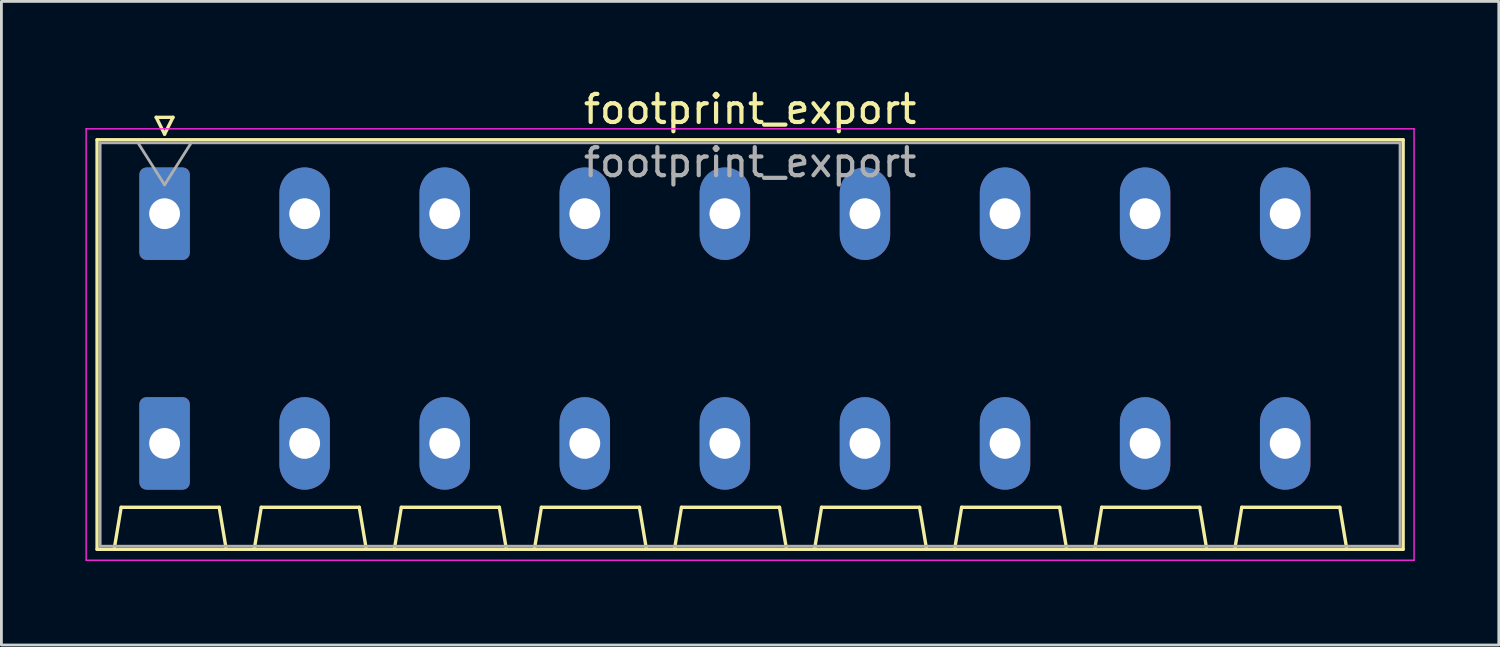
<source format=kicad_pcb>
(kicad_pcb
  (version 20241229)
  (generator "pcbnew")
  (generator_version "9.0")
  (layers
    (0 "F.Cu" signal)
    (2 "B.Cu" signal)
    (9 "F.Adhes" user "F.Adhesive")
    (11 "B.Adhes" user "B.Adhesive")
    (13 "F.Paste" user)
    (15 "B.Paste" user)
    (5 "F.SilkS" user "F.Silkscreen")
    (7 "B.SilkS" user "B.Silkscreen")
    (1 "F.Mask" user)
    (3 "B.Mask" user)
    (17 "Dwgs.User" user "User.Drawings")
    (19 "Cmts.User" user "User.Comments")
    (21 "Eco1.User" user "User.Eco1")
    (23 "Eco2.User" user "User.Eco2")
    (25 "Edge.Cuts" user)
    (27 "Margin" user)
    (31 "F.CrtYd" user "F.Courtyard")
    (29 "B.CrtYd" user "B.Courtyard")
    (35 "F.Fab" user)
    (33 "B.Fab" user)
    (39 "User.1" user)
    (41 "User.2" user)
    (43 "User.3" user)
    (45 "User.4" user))
  (footprint "footprint_export"
    (layer "F.Cu")
    (at 2.825 4.578)
    (property "Reference" "footprint_export" (at 20.9 -3.73 0) (layer "F.SilkS") (effects (font (size 1 1) (thickness 0.15))))
    (attr through_hole)
    (fp_line (start -2.41 -2.64) (end 44.21 -2.64) (stroke (width 0.12) (type solid)) (layer "F.SilkS"))
    (fp_line (start -2.41 11.98) (end -2.41 -2.64) (stroke (width 0.12) (type solid)) (layer "F.SilkS"))
    (fp_line (start -1.8 11.98) (end -1.55 10.48) (stroke (width 0.12) (type solid)) (layer "F.SilkS"))
    (fp_line (start -1.55 10.48) (end 1.95 10.48) (stroke (width 0.12) (type solid)) (layer "F.SilkS"))
    (fp_line (start -0.3 -3.44) (end 0 -2.84) (stroke (width 0.12) (type solid)) (layer "F.SilkS"))
    (fp_line (start -0.3 -3.44) (end 0.3 -3.44) (stroke (width 0.12) (type solid)) (layer "F.SilkS"))
    (fp_line (start 0.3 -3.44) (end 0 -2.84) (stroke (width 0.12) (type solid)) (layer "F.SilkS"))
    (fp_line (start 2.2 11.98) (end 1.95 10.48) (stroke (width 0.12) (type solid)) (layer "F.SilkS"))
    (fp_line (start 3.2 11.98) (end 3.45 10.48) (stroke (width 0.12) (type solid)) (layer "F.SilkS"))
    (fp_line (start 3.45 10.48) (end 6.95 10.48) (stroke (width 0.12) (type solid)) (layer "F.SilkS"))
    (fp_line (start 7.2 11.98) (end 6.95 10.48) (stroke (width 0.12) (type solid)) (layer "F.SilkS"))
    (fp_line (start 8.2 11.98) (end 8.45 10.48) (stroke (width 0.12) (type solid)) (layer "F.SilkS"))
    (fp_line (start 8.45 10.48) (end 11.95 10.48) (stroke (width 0.12) (type solid)) (layer "F.SilkS"))
    (fp_line (start 12.2 11.98) (end 11.95 10.48) (stroke (width 0.12) (type solid)) (layer "F.SilkS"))
    (fp_line (start 13.2 11.98) (end 13.45 10.48) (stroke (width 0.12) (type solid)) (layer "F.SilkS"))
    (fp_line (start 13.45 10.48) (end 16.95 10.48) (stroke (width 0.12) (type solid)) (layer "F.SilkS"))
    (fp_line (start 17.2 11.98) (end 16.95 10.48) (stroke (width 0.12) (type solid)) (layer "F.SilkS"))
    (fp_line (start 18.2 11.98) (end 18.45 10.48) (stroke (width 0.12) (type solid)) (layer "F.SilkS"))
    (fp_line (start 18.45 10.48) (end 21.95 10.48) (stroke (width 0.12) (type solid)) (layer "F.SilkS"))
    (fp_line (start 22.2 11.98) (end 21.95 10.48) (stroke (width 0.12) (type solid)) (layer "F.SilkS"))
    (fp_line (start 23.2 11.98) (end 23.45 10.48) (stroke (width 0.12) (type solid)) (layer "F.SilkS"))
    (fp_line (start 23.45 10.48) (end 26.95 10.48) (stroke (width 0.12) (type solid)) (layer "F.SilkS"))
    (fp_line (start 27.2 11.98) (end 26.95 10.48) (stroke (width 0.12) (type solid)) (layer "F.SilkS"))
    (fp_line (start 28.2 11.98) (end 28.45 10.48) (stroke (width 0.12) (type solid)) (layer "F.SilkS"))
    (fp_line (start 28.45 10.48) (end 31.95 10.48) (stroke (width 0.12) (type solid)) (layer "F.SilkS"))
    (fp_line (start 32.2 11.98) (end 31.95 10.48) (stroke (width 0.12) (type solid)) (layer "F.SilkS"))
    (fp_line (start 33.2 11.98) (end 33.45 10.48) (stroke (width 0.12) (type solid)) (layer "F.SilkS"))
    (fp_line (start 33.45 10.48) (end 36.95 10.48) (stroke (width 0.12) (type solid)) (layer "F.SilkS"))
    (fp_line (start 37.2 11.98) (end 36.95 10.48) (stroke (width 0.12) (type solid)) (layer "F.SilkS"))
    (fp_line (start 38.2 11.98) (end 38.45 10.48) (stroke (width 0.12) (type solid)) (layer "F.SilkS"))
    (fp_line (start 38.45 10.48) (end 41.95 10.48) (stroke (width 0.12) (type solid)) (layer "F.SilkS"))
    (fp_line (start 42.2 11.98) (end 41.95 10.48) (stroke (width 0.12) (type solid)) (layer "F.SilkS"))
    (fp_line (start 44.21 -2.64) (end 44.21 11.98) (stroke (width 0.12) (type solid)) (layer "F.SilkS"))
    (fp_line (start 44.21 11.98) (end -2.41 11.98) (stroke (width 0.12) (type solid)) (layer "F.SilkS"))
    (fp_line (start -2.8 -3.03) (end -2.8 12.37) (stroke (width 0.05) (type solid)) (layer "F.CrtYd"))
    (fp_line (start -2.8 12.37) (end 44.6 12.37) (stroke (width 0.05) (type solid)) (layer "F.CrtYd"))
    (fp_line (start 44.6 -3.03) (end -2.8 -3.03) (stroke (width 0.05) (type solid)) (layer "F.CrtYd"))
    (fp_line (start 44.6 12.37) (end 44.6 -3.03) (stroke (width 0.05) (type solid)) (layer "F.CrtYd"))
    (fp_line (start -2.3 -2.53) (end -2.3 11.87) (stroke (width 0.1) (type solid)) (layer "F.Fab"))
    (fp_line (start -2.3 11.87) (end 44.1 11.87) (stroke (width 0.1) (type solid)) (layer "F.Fab"))
    (fp_line (start -0.95 -2.53) (end 0 -1.03) (stroke (width 0.1) (type solid)) (layer "F.Fab"))
    (fp_line (start 0.95 -2.53) (end 0 -1.03) (stroke (width 0.1) (type solid)) (layer "F.Fab"))
    (fp_line (start 44.1 -2.53) (end -2.3 -2.53) (stroke (width 0.1) (type solid)) (layer "F.Fab"))
    (fp_line (start 44.1 11.87) (end 44.1 -2.53) (stroke (width 0.1) (type solid)) (layer "F.Fab"))
    (fp_text user "${REFERENCE}" (at 20.9 -1.83 0) (layer "F.Fab") (effects (font (size 1 1) (thickness 0.15))))
    (pad "1" thru_hole roundrect (at 0 0) (size 1.8 3.3) (drill 1.1) (layers "*.Cu" "*.Mask") (roundrect_rratio 0.139))
    (pad "1" thru_hole roundrect (at 0 8.2) (size 1.8 3.3) (drill 1.1) (layers "*.Cu" "*.Mask") (roundrect_rratio 0.139))
    (pad "2" thru_hole oval (at 5 0) (size 1.8 3.3) (drill 1.1) (layers "*.Cu" "*.Mask"))
    (pad "2" thru_hole oval (at 5 8.2) (size 1.8 3.3) (drill 1.1) (layers "*.Cu" "*.Mask"))
    (pad "3" thru_hole oval (at 10 0) (size 1.8 3.3) (drill 1.1) (layers "*.Cu" "*.Mask"))
    (pad "3" thru_hole oval (at 10 8.2) (size 1.8 3.3) (drill 1.1) (layers "*.Cu" "*.Mask"))
    (pad "4" thru_hole oval (at 15 0) (size 1.8 3.3) (drill 1.1) (layers "*.Cu" "*.Mask"))
    (pad "4" thru_hole oval (at 15 8.2) (size 1.8 3.3) (drill 1.1) (layers "*.Cu" "*.Mask"))
    (pad "5" thru_hole oval (at 20 0) (size 1.8 3.3) (drill 1.1) (layers "*.Cu" "*.Mask"))
    (pad "5" thru_hole oval (at 20 8.2) (size 1.8 3.3) (drill 1.1) (layers "*.Cu" "*.Mask"))
    (pad "6" thru_hole oval (at 25 0) (size 1.8 3.3) (drill 1.1) (layers "*.Cu" "*.Mask"))
    (pad "6" thru_hole oval (at 25 8.2) (size 1.8 3.3) (drill 1.1) (layers "*.Cu" "*.Mask"))
    (pad "7" thru_hole oval (at 30 0) (size 1.8 3.3) (drill 1.1) (layers "*.Cu" "*.Mask"))
    (pad "7" thru_hole oval (at 30 8.2) (size 1.8 3.3) (drill 1.1) (layers "*.Cu" "*.Mask"))
    (pad "8" thru_hole oval (at 35 0) (size 1.8 3.3) (drill 1.1) (layers "*.Cu" "*.Mask"))
    (pad "8" thru_hole oval (at 35 8.2) (size 1.8 3.3) (drill 1.1) (layers "*.Cu" "*.Mask"))
    (pad "9" thru_hole oval (at 40 0) (size 1.8 3.3) (drill 1.1) (layers "*.Cu" "*.Mask"))
    (pad "9" thru_hole oval (at 40 8.2) (size 1.8 3.3) (drill 1.1) (layers "*.Cu" "*.Mask")))
  (gr_rect
    (start -3 -3)
    (end 50.45 19.973)
    (stroke (width 0.1) (type default))
    (fill no)
    (layer "Edge.Cuts")))
</source>
